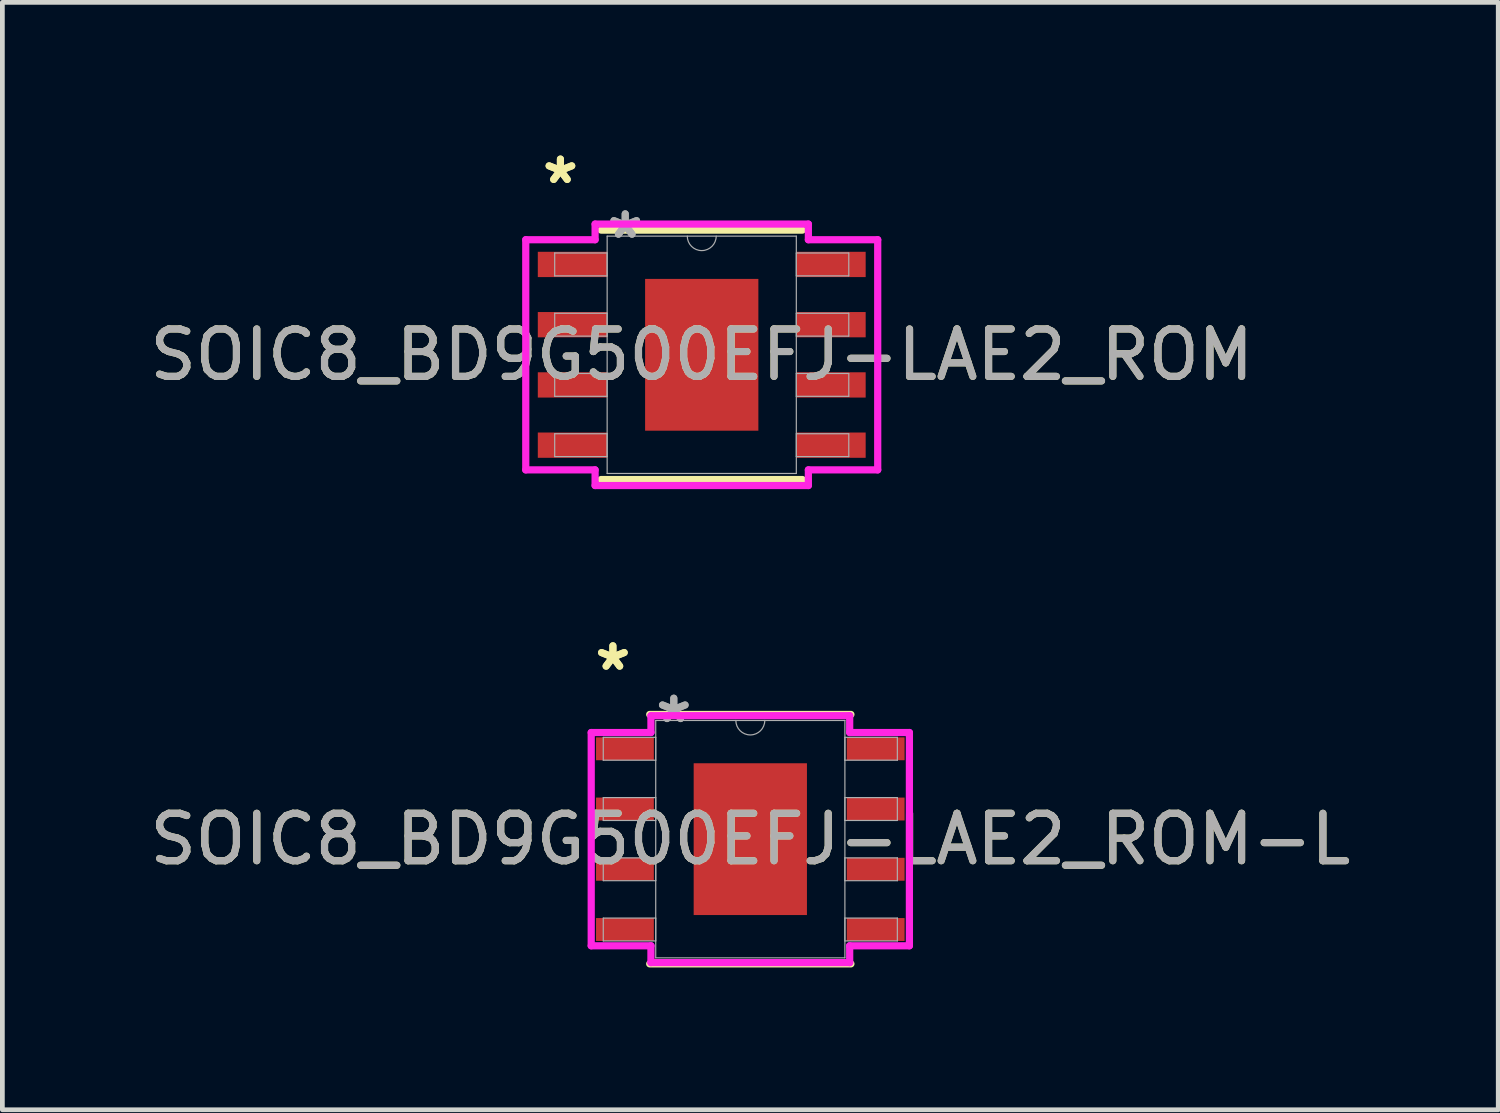
<source format=kicad_pcb>
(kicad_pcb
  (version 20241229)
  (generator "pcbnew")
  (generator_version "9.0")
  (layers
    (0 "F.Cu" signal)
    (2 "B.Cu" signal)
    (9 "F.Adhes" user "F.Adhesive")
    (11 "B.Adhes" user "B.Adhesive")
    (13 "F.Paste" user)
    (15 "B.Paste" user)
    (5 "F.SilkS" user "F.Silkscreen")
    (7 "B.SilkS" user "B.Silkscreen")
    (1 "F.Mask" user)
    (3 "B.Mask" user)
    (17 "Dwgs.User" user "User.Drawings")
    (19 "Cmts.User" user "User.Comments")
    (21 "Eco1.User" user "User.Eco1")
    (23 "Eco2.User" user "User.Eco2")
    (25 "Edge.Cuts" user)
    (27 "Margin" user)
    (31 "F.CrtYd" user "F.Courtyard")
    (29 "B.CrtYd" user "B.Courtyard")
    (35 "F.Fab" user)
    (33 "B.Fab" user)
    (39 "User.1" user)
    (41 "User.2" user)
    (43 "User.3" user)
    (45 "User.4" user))
  (footprint "SOIC8_BD9G500EFJ-LAE2_ROM-L"
    (layer "F.Cu")
    (at 12.768 14.641)
    (property "Reference" "SOIC8_BD9G500EFJ-LAE2_ROM-L" (at 0 0 0) (unlocked yes) (layer "F.SilkS") (effects (font (size 1 1) (thickness 0.15))))
    (attr smd)
    (fp_line (start -2.121 2.629) (end 2.121 2.629) (stroke (width 0.152) (type solid)) (layer "F.SilkS"))
    (fp_line (start 2.121 -2.629) (end -2.121 -2.629) (stroke (width 0.152) (type solid)) (layer "F.SilkS"))
    (fp_poly (pts (xy -1.094 -1.5) (xy -1.094 -0.1) (xy 1.094 -0.1) (xy 1.094 -1.5)) (stroke (width 0) (type solid)) (fill yes) (layer "F.Paste"))
    (fp_poly (pts (xy -1.094 0.1) (xy -1.094 1.5) (xy 1.094 1.5) (xy 1.094 0.1)) (stroke (width 0) (type solid)) (fill yes) (layer "F.Paste"))
    (fp_line (start -3.354 -2.248) (end -2.095 -2.248) (stroke (width 0.152) (type solid)) (layer "F.CrtYd"))
    (fp_line (start -3.354 2.248) (end -3.354 -2.248) (stroke (width 0.152) (type solid)) (layer "F.CrtYd"))
    (fp_line (start -3.354 2.248) (end -2.095 2.248) (stroke (width 0.152) (type solid)) (layer "F.CrtYd"))
    (fp_line (start -2.095 -2.603) (end 2.095 -2.603) (stroke (width 0.152) (type solid)) (layer "F.CrtYd"))
    (fp_line (start -2.095 -2.248) (end -2.095 -2.603) (stroke (width 0.152) (type solid)) (layer "F.CrtYd"))
    (fp_line (start -2.095 2.603) (end -2.095 2.248) (stroke (width 0.152) (type solid)) (layer "F.CrtYd"))
    (fp_line (start 2.095 -2.603) (end 2.095 -2.248) (stroke (width 0.152) (type solid)) (layer "F.CrtYd"))
    (fp_line (start 2.095 2.248) (end 2.095 2.603) (stroke (width 0.152) (type solid)) (layer "F.CrtYd"))
    (fp_line (start 2.095 2.603) (end -2.095 2.603) (stroke (width 0.152) (type solid)) (layer "F.CrtYd"))
    (fp_line (start 3.354 -2.248) (end 2.095 -2.248) (stroke (width 0.152) (type solid)) (layer "F.CrtYd"))
    (fp_line (start 3.354 -2.248) (end 3.354 2.248) (stroke (width 0.152) (type solid)) (layer "F.CrtYd"))
    (fp_line (start 3.354 2.248) (end 2.095 2.248) (stroke (width 0.152) (type solid)) (layer "F.CrtYd"))
    (fp_line (start -3.1 -2.146) (end -3.1 -1.664) (stroke (width 0.025) (type solid)) (layer "F.Fab"))
    (fp_line (start -3.1 -1.664) (end -1.994 -1.664) (stroke (width 0.025) (type solid)) (layer "F.Fab"))
    (fp_line (start -3.1 -0.876) (end -3.1 -0.394) (stroke (width 0.025) (type solid)) (layer "F.Fab"))
    (fp_line (start -3.1 -0.394) (end -1.994 -0.394) (stroke (width 0.025) (type solid)) (layer "F.Fab"))
    (fp_line (start -3.1 0.394) (end -3.1 0.876) (stroke (width 0.025) (type solid)) (layer "F.Fab"))
    (fp_line (start -3.1 0.876) (end -1.994 0.876) (stroke (width 0.025) (type solid)) (layer "F.Fab"))
    (fp_line (start -3.1 1.664) (end -3.1 2.146) (stroke (width 0.025) (type solid)) (layer "F.Fab"))
    (fp_line (start -3.1 2.146) (end -1.994 2.146) (stroke (width 0.025) (type solid)) (layer "F.Fab"))
    (fp_line (start -1.994 -2.502) (end -1.994 2.502) (stroke (width 0.025) (type solid)) (layer "F.Fab"))
    (fp_line (start -1.994 -2.146) (end -3.1 -2.146) (stroke (width 0.025) (type solid)) (layer "F.Fab"))
    (fp_line (start -1.994 -1.664) (end -1.994 -2.146) (stroke (width 0.025) (type solid)) (layer "F.Fab"))
    (fp_line (start -1.994 -0.876) (end -3.1 -0.876) (stroke (width 0.025) (type solid)) (layer "F.Fab"))
    (fp_line (start -1.994 -0.394) (end -1.994 -0.876) (stroke (width 0.025) (type solid)) (layer "F.Fab"))
    (fp_line (start -1.994 0.394) (end -3.1 0.394) (stroke (width 0.025) (type solid)) (layer "F.Fab"))
    (fp_line (start -1.994 0.876) (end -1.994 0.394) (stroke (width 0.025) (type solid)) (layer "F.Fab"))
    (fp_line (start -1.994 1.664) (end -3.1 1.664) (stroke (width 0.025) (type solid)) (layer "F.Fab"))
    (fp_line (start -1.994 2.146) (end -1.994 1.664) (stroke (width 0.025) (type solid)) (layer "F.Fab"))
    (fp_line (start -1.994 2.502) (end 1.994 2.502) (stroke (width 0.025) (type solid)) (layer "F.Fab"))
    (fp_line (start 1.994 -2.502) (end -1.994 -2.502) (stroke (width 0.025) (type solid)) (layer "F.Fab"))
    (fp_line (start 1.994 -2.146) (end 1.994 -1.664) (stroke (width 0.025) (type solid)) (layer "F.Fab"))
    (fp_line (start 1.994 -1.664) (end 3.1 -1.664) (stroke (width 0.025) (type solid)) (layer "F.Fab"))
    (fp_line (start 1.994 -0.876) (end 1.994 -0.394) (stroke (width 0.025) (type solid)) (layer "F.Fab"))
    (fp_line (start 1.994 -0.394) (end 3.1 -0.394) (stroke (width 0.025) (type solid)) (layer "F.Fab"))
    (fp_line (start 1.994 0.394) (end 1.994 0.876) (stroke (width 0.025) (type solid)) (layer "F.Fab"))
    (fp_line (start 1.994 0.876) (end 3.1 0.876) (stroke (width 0.025) (type solid)) (layer "F.Fab"))
    (fp_line (start 1.994 1.664) (end 1.994 2.146) (stroke (width 0.025) (type solid)) (layer "F.Fab"))
    (fp_line (start 1.994 2.146) (end 3.1 2.146) (stroke (width 0.025) (type solid)) (layer "F.Fab"))
    (fp_line (start 1.994 2.502) (end 1.994 -2.502) (stroke (width 0.025) (type solid)) (layer "F.Fab"))
    (fp_line (start 3.1 -2.146) (end 1.994 -2.146) (stroke (width 0.025) (type solid)) (layer "F.Fab"))
    (fp_line (start 3.1 -1.664) (end 3.1 -2.146) (stroke (width 0.025) (type solid)) (layer "F.Fab"))
    (fp_line (start 3.1 -0.876) (end 1.994 -0.876) (stroke (width 0.025) (type solid)) (layer "F.Fab"))
    (fp_line (start 3.1 -0.394) (end 3.1 -0.876) (stroke (width 0.025) (type solid)) (layer "F.Fab"))
    (fp_line (start 3.1 0.394) (end 1.994 0.394) (stroke (width 0.025) (type solid)) (layer "F.Fab"))
    (fp_line (start 3.1 0.876) (end 3.1 0.394) (stroke (width 0.025) (type solid)) (layer "F.Fab"))
    (fp_line (start 3.1 1.664) (end 1.994 1.664) (stroke (width 0.025) (type solid)) (layer "F.Fab"))
    (fp_line (start 3.1 2.146) (end 3.1 1.664) (stroke (width 0.025) (type solid)) (layer "F.Fab"))
    (fp_arc (start 0.3048 -2.5019) (mid 0 -2.1971) (end -0.3048 -2.5019) (stroke (width 0.0254) (type solid)) (layer "F.Fab"))
    (fp_text user "*" (at -2.897 -3.531 0) (layer "F.SilkS") (effects (font (size 1 1) (thickness 0.15))))
    (fp_text user "*" (at -2.897 -3.531 0) (unlocked yes) (layer "F.SilkS") (effects (font (size 1 1) (thickness 0.15))))
    (fp_text user "*" (at -1.613 -2.426 0) (layer "F.Fab") (effects (font (size 1 1) (thickness 0.15))))
    (fp_text user "*" (at -1.613 -2.426 0) (unlocked yes) (layer "F.Fab") (effects (font (size 1 1) (thickness 0.15))))
    (fp_text user "${REFERENCE}" (at 0 0 0) (unlocked yes) (layer "F.Fab") (effects (font (size 1 1) (thickness 0.15))))
    (pad "1" smd rect (at -2.643 -1.905) (size 1.219 0.483) (layers "F.Cu" "F.Mask" "F.Paste"))
    (pad "2" smd rect (at -2.643 -0.635) (size 1.219 0.483) (layers "F.Cu" "F.Mask" "F.Paste"))
    (pad "3" smd rect (at -2.643 0.635) (size 1.219 0.483) (layers "F.Cu" "F.Mask" "F.Paste"))
    (pad "4" smd rect (at -2.643 1.905) (size 1.219 0.483) (layers "F.Cu" "F.Mask" "F.Paste"))
    (pad "5" smd rect (at 2.643 1.905) (size 1.219 0.483) (layers "F.Cu" "F.Mask" "F.Paste"))
    (pad "6" smd rect (at 2.643 0.635) (size 1.219 0.483) (layers "F.Cu" "F.Mask" "F.Paste"))
    (pad "7" smd rect (at 2.643 -0.635) (size 1.219 0.483) (layers "F.Cu" "F.Mask" "F.Paste"))
    (pad "8" smd rect (at 2.643 -1.905) (size 1.219 0.483) (layers "F.Cu" "F.Mask" "F.Paste"))
    (pad "EPAD" smd rect (at 0 0) (size 2.388 3.2) (layers "F.Cu" "F.Mask")))
  (footprint "SOIC8_BD9G500EFJ-LAE2_ROM"
    (layer "F.Cu")
    (at 11.744 4.43)
    (property "Reference" "SOIC8_BD9G500EFJ-LAE2_ROM" (at 0 0 0) (unlocked yes) (layer "F.SilkS") (effects (font (size 1 1) (thickness 0.15))))
    (attr smd)
    (fp_line (start -2.121 2.629) (end 2.121 2.629) (stroke (width 0.152) (type solid)) (layer "F.SilkS"))
    (fp_line (start 2.121 -2.629) (end -2.121 -2.629) (stroke (width 0.152) (type solid)) (layer "F.SilkS"))
    (fp_poly (pts (xy -1.094 -1.5) (xy -1.094 -0.1) (xy 1.094 -0.1) (xy 1.094 -1.5)) (stroke (width 0) (type solid)) (fill yes) (layer "F.Paste"))
    (fp_poly (pts (xy -1.094 0.1) (xy -1.094 1.5) (xy 1.094 1.5) (xy 1.094 0.1)) (stroke (width 0) (type solid)) (fill yes) (layer "F.Paste"))
    (fp_line (start -3.71 -2.426) (end -2.248 -2.426) (stroke (width 0.152) (type solid)) (layer "F.CrtYd"))
    (fp_line (start -3.71 2.426) (end -3.71 -2.426) (stroke (width 0.152) (type solid)) (layer "F.CrtYd"))
    (fp_line (start -3.71 2.426) (end -2.248 2.426) (stroke (width 0.152) (type solid)) (layer "F.CrtYd"))
    (fp_line (start -2.248 -2.756) (end 2.248 -2.756) (stroke (width 0.152) (type solid)) (layer "F.CrtYd"))
    (fp_line (start -2.248 -2.426) (end -2.248 -2.756) (stroke (width 0.152) (type solid)) (layer "F.CrtYd"))
    (fp_line (start -2.248 2.756) (end -2.248 2.426) (stroke (width 0.152) (type solid)) (layer "F.CrtYd"))
    (fp_line (start 2.248 -2.756) (end 2.248 -2.426) (stroke (width 0.152) (type solid)) (layer "F.CrtYd"))
    (fp_line (start 2.248 2.426) (end 2.248 2.756) (stroke (width 0.152) (type solid)) (layer "F.CrtYd"))
    (fp_line (start 2.248 2.756) (end -2.248 2.756) (stroke (width 0.152) (type solid)) (layer "F.CrtYd"))
    (fp_line (start 3.71 -2.426) (end 2.248 -2.426) (stroke (width 0.152) (type solid)) (layer "F.CrtYd"))
    (fp_line (start 3.71 -2.426) (end 3.71 2.426) (stroke (width 0.152) (type solid)) (layer "F.CrtYd"))
    (fp_line (start 3.71 2.426) (end 2.248 2.426) (stroke (width 0.152) (type solid)) (layer "F.CrtYd"))
    (fp_line (start -3.1 -2.146) (end -3.1 -1.664) (stroke (width 0.025) (type solid)) (layer "F.Fab"))
    (fp_line (start -3.1 -1.664) (end -1.994 -1.664) (stroke (width 0.025) (type solid)) (layer "F.Fab"))
    (fp_line (start -3.1 -0.876) (end -3.1 -0.394) (stroke (width 0.025) (type solid)) (layer "F.Fab"))
    (fp_line (start -3.1 -0.394) (end -1.994 -0.394) (stroke (width 0.025) (type solid)) (layer "F.Fab"))
    (fp_line (start -3.1 0.394) (end -3.1 0.876) (stroke (width 0.025) (type solid)) (layer "F.Fab"))
    (fp_line (start -3.1 0.876) (end -1.994 0.876) (stroke (width 0.025) (type solid)) (layer "F.Fab"))
    (fp_line (start -3.1 1.664) (end -3.1 2.146) (stroke (width 0.025) (type solid)) (layer "F.Fab"))
    (fp_line (start -3.1 2.146) (end -1.994 2.146) (stroke (width 0.025) (type solid)) (layer "F.Fab"))
    (fp_line (start -1.994 -2.502) (end -1.994 2.502) (stroke (width 0.025) (type solid)) (layer "F.Fab"))
    (fp_line (start -1.994 -2.146) (end -3.1 -2.146) (stroke (width 0.025) (type solid)) (layer "F.Fab"))
    (fp_line (start -1.994 -1.664) (end -1.994 -2.146) (stroke (width 0.025) (type solid)) (layer "F.Fab"))
    (fp_line (start -1.994 -0.876) (end -3.1 -0.876) (stroke (width 0.025) (type solid)) (layer "F.Fab"))
    (fp_line (start -1.994 -0.394) (end -1.994 -0.876) (stroke (width 0.025) (type solid)) (layer "F.Fab"))
    (fp_line (start -1.994 0.394) (end -3.1 0.394) (stroke (width 0.025) (type solid)) (layer "F.Fab"))
    (fp_line (start -1.994 0.876) (end -1.994 0.394) (stroke (width 0.025) (type solid)) (layer "F.Fab"))
    (fp_line (start -1.994 1.664) (end -3.1 1.664) (stroke (width 0.025) (type solid)) (layer "F.Fab"))
    (fp_line (start -1.994 2.146) (end -1.994 1.664) (stroke (width 0.025) (type solid)) (layer "F.Fab"))
    (fp_line (start -1.994 2.502) (end 1.994 2.502) (stroke (width 0.025) (type solid)) (layer "F.Fab"))
    (fp_line (start 1.994 -2.502) (end -1.994 -2.502) (stroke (width 0.025) (type solid)) (layer "F.Fab"))
    (fp_line (start 1.994 -2.146) (end 1.994 -1.664) (stroke (width 0.025) (type solid)) (layer "F.Fab"))
    (fp_line (start 1.994 -1.664) (end 3.1 -1.664) (stroke (width 0.025) (type solid)) (layer "F.Fab"))
    (fp_line (start 1.994 -0.876) (end 1.994 -0.394) (stroke (width 0.025) (type solid)) (layer "F.Fab"))
    (fp_line (start 1.994 -0.394) (end 3.1 -0.394) (stroke (width 0.025) (type solid)) (layer "F.Fab"))
    (fp_line (start 1.994 0.394) (end 1.994 0.876) (stroke (width 0.025) (type solid)) (layer "F.Fab"))
    (fp_line (start 1.994 0.876) (end 3.1 0.876) (stroke (width 0.025) (type solid)) (layer "F.Fab"))
    (fp_line (start 1.994 1.664) (end 1.994 2.146) (stroke (width 0.025) (type solid)) (layer "F.Fab"))
    (fp_line (start 1.994 2.146) (end 3.1 2.146) (stroke (width 0.025) (type solid)) (layer "F.Fab"))
    (fp_line (start 1.994 2.502) (end 1.994 -2.502) (stroke (width 0.025) (type solid)) (layer "F.Fab"))
    (fp_line (start 3.1 -2.146) (end 1.994 -2.146) (stroke (width 0.025) (type solid)) (layer "F.Fab"))
    (fp_line (start 3.1 -1.664) (end 3.1 -2.146) (stroke (width 0.025) (type solid)) (layer "F.Fab"))
    (fp_line (start 3.1 -0.876) (end 1.994 -0.876) (stroke (width 0.025) (type solid)) (layer "F.Fab"))
    (fp_line (start 3.1 -0.394) (end 3.1 -0.876) (stroke (width 0.025) (type solid)) (layer "F.Fab"))
    (fp_line (start 3.1 0.394) (end 1.994 0.394) (stroke (width 0.025) (type solid)) (layer "F.Fab"))
    (fp_line (start 3.1 0.876) (end 3.1 0.394) (stroke (width 0.025) (type solid)) (layer "F.Fab"))
    (fp_line (start 3.1 1.664) (end 1.994 1.664) (stroke (width 0.025) (type solid)) (layer "F.Fab"))
    (fp_line (start 3.1 2.146) (end 3.1 1.664) (stroke (width 0.025) (type solid)) (layer "F.Fab"))
    (fp_arc (start 0.3048 -2.5019) (mid 0 -2.1971) (end -0.3048 -2.5019) (stroke (width 0.0254) (type solid)) (layer "F.Fab"))
    (fp_text user "*" (at -2.979 -3.581 0) (layer "F.SilkS") (effects (font (size 1 1) (thickness 0.15))))
    (fp_text user "*" (at -2.979 -3.581 0) (unlocked yes) (layer "F.SilkS") (effects (font (size 1 1) (thickness 0.15))))
    (fp_text user "${REFERENCE}" (at 0 0 0) (unlocked yes) (layer "F.Fab") (effects (font (size 1 1) (thickness 0.15))))
    (fp_text user "*" (at -1.613 -2.426 0) (layer "F.Fab") (effects (font (size 1 1) (thickness 0.15))))
    (fp_text user "*" (at -1.613 -2.426 0) (unlocked yes) (layer "F.Fab") (effects (font (size 1 1) (thickness 0.15))))
    (pad "1" smd rect (at -2.725 -1.905) (size 1.462 0.533) (layers "F.Cu" "F.Mask" "F.Paste"))
    (pad "2" smd rect (at -2.725 -0.635) (size 1.462 0.533) (layers "F.Cu" "F.Mask" "F.Paste"))
    (pad "3" smd rect (at -2.725 0.635) (size 1.462 0.533) (layers "F.Cu" "F.Mask" "F.Paste"))
    (pad "4" smd rect (at -2.725 1.905) (size 1.462 0.533) (layers "F.Cu" "F.Mask" "F.Paste"))
    (pad "5" smd rect (at 2.725 1.905) (size 1.462 0.533) (layers "F.Cu" "F.Mask" "F.Paste"))
    (pad "6" smd rect (at 2.725 0.635) (size 1.462 0.533) (layers "F.Cu" "F.Mask" "F.Paste"))
    (pad "7" smd rect (at 2.725 -0.635) (size 1.462 0.533) (layers "F.Cu" "F.Mask" "F.Paste"))
    (pad "8" smd rect (at 2.725 -1.905) (size 1.462 0.533) (layers "F.Cu" "F.Mask" "F.Paste"))
    (pad "EPAD" smd rect (at 0 0) (size 2.388 3.2) (layers "F.Cu" "F.Mask")))
  (gr_rect
    (start -3 -3)
    (end 28.536 20.346)
    (stroke (width 0.1) (type default))
    (fill no)
    (layer "Edge.Cuts")))
</source>
